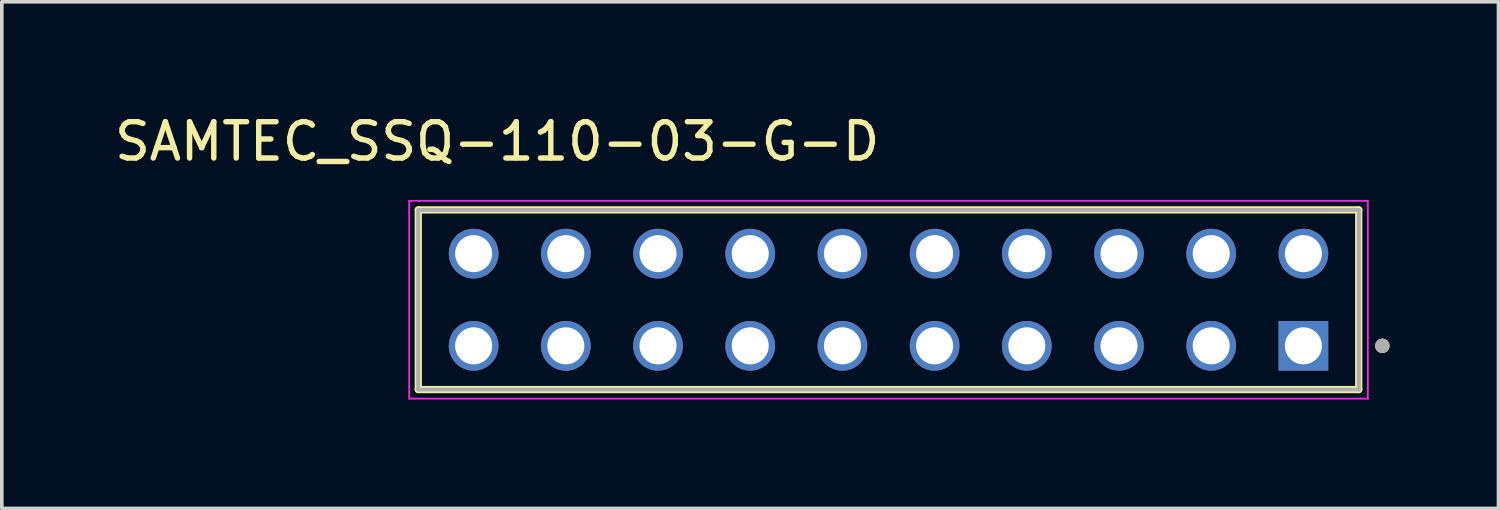
<source format=kicad_pcb>
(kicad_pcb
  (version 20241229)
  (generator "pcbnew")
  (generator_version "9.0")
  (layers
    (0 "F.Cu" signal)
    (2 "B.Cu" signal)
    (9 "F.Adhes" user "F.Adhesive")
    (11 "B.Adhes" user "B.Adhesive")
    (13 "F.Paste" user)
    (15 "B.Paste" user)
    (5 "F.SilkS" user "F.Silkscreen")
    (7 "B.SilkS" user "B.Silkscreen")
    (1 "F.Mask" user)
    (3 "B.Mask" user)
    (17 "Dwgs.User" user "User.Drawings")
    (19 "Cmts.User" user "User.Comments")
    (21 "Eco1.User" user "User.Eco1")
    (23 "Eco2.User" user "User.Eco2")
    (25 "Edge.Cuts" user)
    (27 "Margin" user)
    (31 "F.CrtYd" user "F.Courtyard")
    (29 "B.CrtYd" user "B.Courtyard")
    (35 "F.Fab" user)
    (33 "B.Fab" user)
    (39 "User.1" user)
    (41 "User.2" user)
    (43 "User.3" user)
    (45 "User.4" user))
  (footprint "SAMTEC_SSQ-110-03-G-D"
    (layer "F.Cu")
    (at 21.429 5.208)
    (property "Reference" "SAMTEC_SSQ-110-03-G-D" (at -10.78 -4.36 0) (layer "F.SilkS") (effects (font (size 1 1) (thickness 0.15))))
    (attr through_hole)
    (fp_line (start -12.955 2.475) (end -12.955 -2.475) (stroke (width 0.2) (type solid)) (layer "F.SilkS"))
    (fp_line (start 12.955 -2.475) (end -12.955 -2.475) (stroke (width 0.2) (type solid)) (layer "F.SilkS"))
    (fp_line (start 12.955 -2.475) (end 12.955 2.475) (stroke (width 0.2) (type solid)) (layer "F.SilkS"))
    (fp_line (start 12.955 2.475) (end -12.955 2.475) (stroke (width 0.2) (type solid)) (layer "F.SilkS"))
    (fp_circle (center 13.605 1.27) (end 13.705 1.27) (stroke (width 0.2) (type solid)) (fill no) (layer "F.SilkS"))
    (fp_line (start -13.205 -2.725) (end 13.205 -2.725) (stroke (width 0.05) (type solid)) (layer "F.CrtYd"))
    (fp_line (start -13.205 2.725) (end -13.205 -2.725) (stroke (width 0.05) (type solid)) (layer "F.CrtYd"))
    (fp_line (start 13.205 -2.725) (end 13.205 2.725) (stroke (width 0.05) (type solid)) (layer "F.CrtYd"))
    (fp_line (start 13.205 2.725) (end -13.205 2.725) (stroke (width 0.05) (type solid)) (layer "F.CrtYd"))
    (fp_line (start -12.955 -2.475) (end 12.955 -2.475) (stroke (width 0.1) (type solid)) (layer "F.Fab"))
    (fp_line (start -12.955 -2.475) (end 12.955 -2.475) (stroke (width 0.1) (type solid)) (layer "F.Fab"))
    (fp_line (start -12.955 2.475) (end -12.955 -2.475) (stroke (width 0.1) (type solid)) (layer "F.Fab"))
    (fp_line (start -12.955 2.475) (end -12.955 -2.475) (stroke (width 0.1) (type solid)) (layer "F.Fab"))
    (fp_line (start 12.955 -2.475) (end 12.955 2.475) (stroke (width 0.1) (type solid)) (layer "F.Fab"))
    (fp_line (start 12.955 -2.475) (end 12.955 2.475) (stroke (width 0.1) (type solid)) (layer "F.Fab"))
    (fp_line (start 12.955 2.475) (end -12.955 2.475) (stroke (width 0.1) (type solid)) (layer "F.Fab"))
    (fp_circle (center 13.605 1.27) (end 13.705 1.27) (stroke (width 0.2) (type solid)) (fill no) (layer "F.Fab"))
    (pad "01" thru_hole rect (at 11.43 1.27) (size 1.37 1.37) (drill 1.02) (layers "*.Cu" "*.Mask"))
    (pad "02" thru_hole circle (at 11.43 -1.27) (size 1.37 1.37) (drill 1.02) (layers "*.Cu" "*.Mask"))
    (pad "03" thru_hole circle (at 8.89 1.27) (size 1.37 1.37) (drill 1.02) (layers "*.Cu" "*.Mask"))
    (pad "04" thru_hole circle (at 8.89 -1.27) (size 1.37 1.37) (drill 1.02) (layers "*.Cu" "*.Mask"))
    (pad "05" thru_hole circle (at 6.35 1.27) (size 1.37 1.37) (drill 1.02) (layers "*.Cu" "*.Mask"))
    (pad "06" thru_hole circle (at 6.35 -1.27) (size 1.37 1.37) (drill 1.02) (layers "*.Cu" "*.Mask"))
    (pad "07" thru_hole circle (at 3.81 1.27) (size 1.37 1.37) (drill 1.02) (layers "*.Cu" "*.Mask"))
    (pad "08" thru_hole circle (at 3.81 -1.27) (size 1.37 1.37) (drill 1.02) (layers "*.Cu" "*.Mask"))
    (pad "09" thru_hole circle (at 1.27 1.27) (size 1.37 1.37) (drill 1.02) (layers "*.Cu" "*.Mask"))
    (pad "10" thru_hole circle (at 1.27 -1.27) (size 1.37 1.37) (drill 1.02) (layers "*.Cu" "*.Mask"))
    (pad "11" thru_hole circle (at -1.27 1.27) (size 1.37 1.37) (drill 1.02) (layers "*.Cu" "*.Mask"))
    (pad "12" thru_hole circle (at -1.27 -1.27) (size 1.37 1.37) (drill 1.02) (layers "*.Cu" "*.Mask"))
    (pad "13" thru_hole circle (at -3.81 1.27) (size 1.37 1.37) (drill 1.02) (layers "*.Cu" "*.Mask"))
    (pad "14" thru_hole circle (at -3.81 -1.27) (size 1.37 1.37) (drill 1.02) (layers "*.Cu" "*.Mask"))
    (pad "15" thru_hole circle (at -6.35 1.27) (size 1.37 1.37) (drill 1.02) (layers "*.Cu" "*.Mask"))
    (pad "16" thru_hole circle (at -6.35 -1.27) (size 1.37 1.37) (drill 1.02) (layers "*.Cu" "*.Mask"))
    (pad "17" thru_hole circle (at -8.89 1.27) (size 1.37 1.37) (drill 1.02) (layers "*.Cu" "*.Mask"))
    (pad "18" thru_hole circle (at -8.89 -1.27) (size 1.37 1.37) (drill 1.02) (layers "*.Cu" "*.Mask"))
    (pad "19" thru_hole circle (at -11.43 1.27) (size 1.37 1.37) (drill 1.02) (layers "*.Cu" "*.Mask"))
    (pad "20" thru_hole circle (at -11.43 -1.27) (size 1.37 1.37) (drill 1.02) (layers "*.Cu" "*.Mask")))
  (gr_rect
    (start -3 -3)
    (end 38.234 10.958)
    (stroke (width 0.1) (type default))
    (fill no)
    (layer "Edge.Cuts")))
</source>
